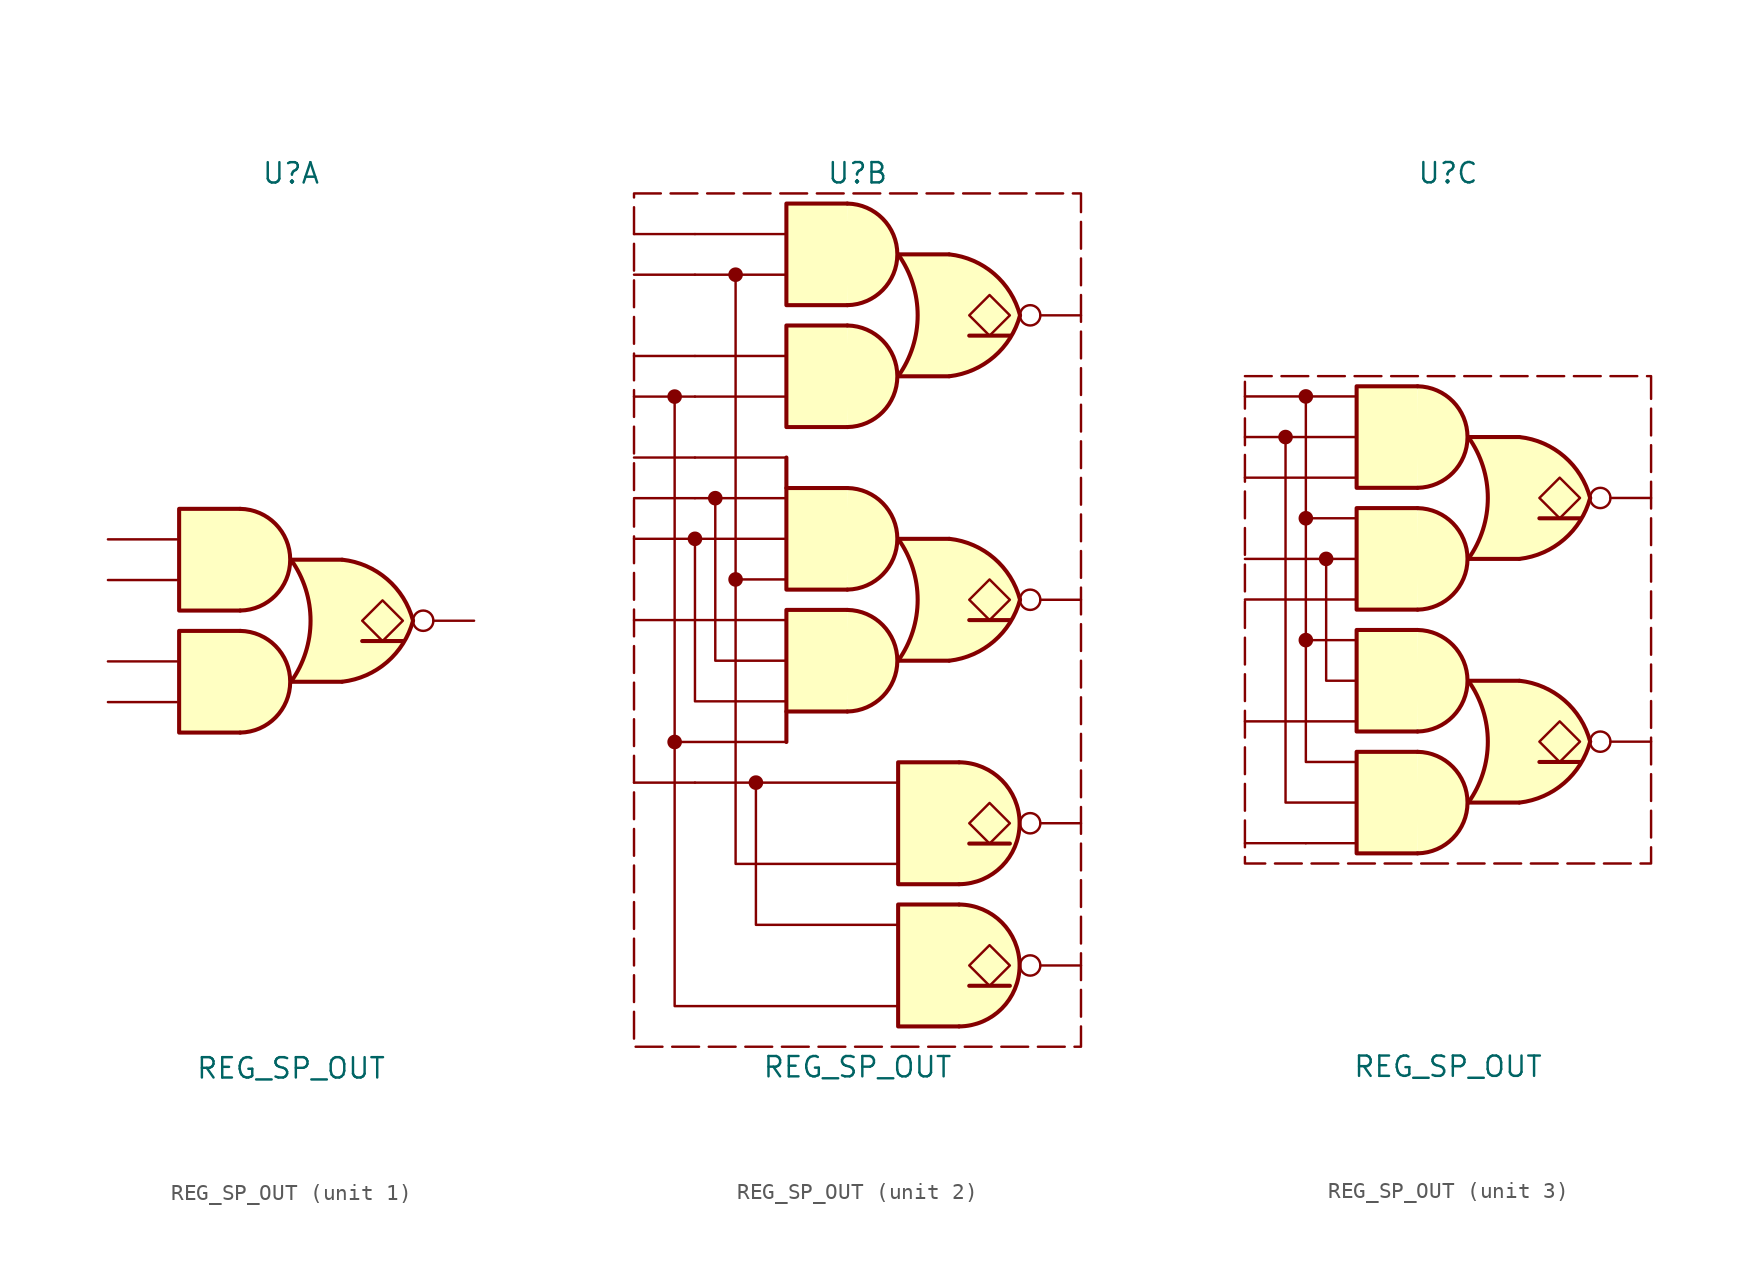
<source format=kicad_sym>
(kicad_symbol_lib
  (version 20231120)
  (generator "kicad_symbol_editor")
  (generator_version "8.0")
  (symbol "REG_SP_OUT"
    (pin_numbers hide)
    (pin_names hide)
    (property "Reference" "U"
      (at 0 27.94 0)
      (effects (font (size 1.27 1.27))))
    (property "Value" "REG_SP_OUT"
      (at 0 -27.94 0)
      (effects (font (size 1.27 1.27))))
    (property "ki_locked" ""
      (at 0 0 0)
      (effects (font (size 1.27 1.27))))
    (symbol "REG_SP_OUT_1_1"
      (arc (start -3.175 -6.985) (mid -0.05 -3.81) (end -3.175 -0.635) (stroke (width 0.254) (type default)) (fill (type background)))
      (arc (start -3.175 0.635) (mid -0.05 3.81) (end -3.175 6.985) (stroke (width 0.254) (type default)) (fill (type background)))
      (arc (start -0.0002 -3.81) (mid 1.2208 0) (end -0.0002 3.81) (stroke (width 0.254) (type default)) (fill (type none)))
      (polyline (pts (xy -0.0002 -3.81) (xy 3.175 -3.81)) (stroke (width 0.254) (type default)) (fill (type background)))
      (polyline (pts (xy -0.0002 3.81) (xy 3.175 3.81)) (stroke (width 0.254) (type default)) (fill (type background)))
      (polyline (pts (xy 4.445 -1.27) (xy 6.985 -1.27)) (stroke (width 0.254) (type default)) (fill (type none)))
      (polyline (pts (xy -3.175 -0.635) (xy -6.985 -0.635) (xy -6.985 -6.985) (xy -3.175 -6.985)) (stroke (width 0.254) (type default)) (fill (type background)))
      (polyline (pts (xy -3.175 6.985) (xy -6.985 6.985) (xy -6.985 0.635) (xy -3.175 0.635)) (stroke (width 0.254) (type default)) (fill (type background)))
      (polyline (pts (xy 6.985 0) (xy 5.715 1.27) (xy 4.445 0) (xy 5.715 -1.27) (xy 6.985 0)) (stroke (width 0) (type default)) (fill (type none)))
      (polyline (pts (xy 3.175 3.81) (xy 0 3.81) (xy 0 3.81) (xy 0.254 3.404) (xy 0.787 2.261) (xy 1.118 1.041) (xy 1.194 -0.254) (xy 1.041 -1.499) (xy 0.635 -2.718) (xy 0 -3.81) (xy 0 -3.81) (xy 3.175 -3.81)) (stroke (width -25.4) (type default)) (fill (type background)))
      (arc (start 3.2002 -3.81) (mid 5.9953 -2.584) (end 7.6198 0) (stroke (width 0.254) (type default)) (fill (type background)))
      (arc (start 7.6198 0) (mid 6.0026 2.5925) (end 3.2002 3.81) (stroke (width 0.254) (type default)) (fill (type background)))
      (pin input line (at -11.43 5.08 0) (length 4.3) (name "IN1" (effects (font (size 1.27 1.27)))) (number "" (effects (font (size 1.27 1.27)))))
      (pin input line (at -11.43 2.54 0) (length 4.3) (name "IN2" (effects (font (size 1.27 1.27)))) (number "" (effects (font (size 1.27 1.27)))))
      (pin input line (at -11.43 -2.54 0) (length 4.3) (name "IN3" (effects (font (size 1.27 1.27)))) (number "" (effects (font (size 1.27 1.27)))))
      (pin input line (at -11.43 -5.08 0) (length 4.3) (name "IN4" (effects (font (size 1.27 1.27)))) (number "" (effects (font (size 1.27 1.27)))))
      (pin tri_state inverted (at 11.43 0 180) (length 3.81) (name "Y1" (effects (font (size 1.27 1.27)))) (number "" (effects (font (size 0 0))))))
    (symbol "REG_SP_OUT_2_1"
      (rectangle (start -13.97 26.67) (end 13.97 -26.67) (stroke (width 0) (type dash)) (fill (type none)))
      (circle (center -11.43 -7.62) (radius 0.381) (stroke (width 0) (type default)) (fill (type outline)))
      (circle (center -11.43 13.97) (radius 0.381) (stroke (width 0) (type default)) (fill (type outline)))
      (circle (center -10.16 5.08) (radius 0.381) (stroke (width 0) (type default)) (fill (type outline)))
      (circle (center -8.89 7.62) (radius 0.381) (stroke (width 0) (type default)) (fill (type outline)))
      (circle (center -7.62 2.54) (radius 0.381) (stroke (width 0) (type default)) (fill (type outline)))
      (circle (center -7.62 21.59) (radius 0.381) (stroke (width 0) (type default)) (fill (type outline)))
      (circle (center -6.35 -10.16) (radius 0.381) (stroke (width 0) (type default)) (fill (type outline)))
      (arc (start -0.635 -5.715) (mid 2.49 -2.54) (end -0.635 0.635) (stroke (width 0.254) (type default)) (fill (type background)))
      (arc (start -0.635 1.905) (mid 2.49 5.08) (end -0.635 8.255) (stroke (width 0.254) (type default)) (fill (type background)))
      (arc (start -0.635 12.065) (mid 2.49 15.24) (end -0.635 18.415) (stroke (width 0.254) (type default)) (fill (type background)))
      (arc (start -0.635 19.685) (mid 2.49 22.86) (end -0.635 26.035) (stroke (width 0.254) (type default)) (fill (type background)))
      (polyline (pts (xy -10.16 -10.16) (xy 2.54 -10.16)) (stroke (width 0) (type default)) (fill (type none)))
      (polyline (pts (xy -10.16 0) (xy -4.445 0)) (stroke (width 0) (type default)) (fill (type none)))
      (polyline (pts (xy -10.16 5.08) (xy -4.445 5.08)) (stroke (width 0) (type default)) (fill (type none)))
      (polyline (pts (xy -10.16 7.62) (xy -4.445 7.62)) (stroke (width 0) (type default)) (fill (type none)))
      (polyline (pts (xy -10.16 10.16) (xy -4.445 10.16)) (stroke (width 0) (type default)) (fill (type none)))
      (polyline (pts (xy -10.16 13.97) (xy -4.445 13.97)) (stroke (width 0) (type default)) (fill (type none)))
      (polyline (pts (xy -10.16 16.51) (xy -4.445 16.51)) (stroke (width 0) (type default)) (fill (type none)))
      (polyline (pts (xy -10.16 21.59) (xy -4.445 21.59)) (stroke (width 0) (type default)) (fill (type none)))
      (polyline (pts (xy -10.16 24.13) (xy -4.445 24.13)) (stroke (width 0) (type default)) (fill (type none)))
      (polyline (pts (xy -4.445 -7.62) (xy -11.43 -7.62)) (stroke (width 0) (type default)) (fill (type none)))
      (polyline (pts (xy -4.445 -7.62) (xy -4.445 -5.715)) (stroke (width 0.254) (type default)) (fill (type none)))
      (polyline (pts (xy -4.445 2.54) (xy -7.62 2.54)) (stroke (width 0) (type default)) (fill (type none)))
      (polyline (pts (xy -4.445 8.255) (xy -4.445 10.16)) (stroke (width 0.254) (type default)) (fill (type none)))
      (polyline (pts (xy 2.54 -2.54) (xy 5.715 -2.54)) (stroke (width 0.254) (type default)) (fill (type background)))
      (polyline (pts (xy 2.54 5.08) (xy 5.715 5.08)) (stroke (width 0.254) (type default)) (fill (type background)))
      (polyline (pts (xy 2.54 15.24) (xy 5.715 15.24)) (stroke (width 0.254) (type default)) (fill (type background)))
      (polyline (pts (xy 2.54 22.86) (xy 5.715 22.86)) (stroke (width 0.254) (type default)) (fill (type background)))
      (polyline (pts (xy 6.985 -22.86) (xy 9.525 -22.86)) (stroke (width 0.254) (type default)) (fill (type none)))
      (polyline (pts (xy 6.985 -13.97) (xy 9.525 -13.97)) (stroke (width 0.254) (type default)) (fill (type none)))
      (polyline (pts (xy 6.985 0) (xy 9.525 0)) (stroke (width 0.254) (type default)) (fill (type none)))
      (polyline (pts (xy 6.985 17.78) (xy 9.525 17.78)) (stroke (width 0.254) (type default)) (fill (type none)))
      (polyline (pts (xy -4.445 -5.08) (xy -10.16 -5.08) (xy -10.16 5.08)) (stroke (width 0) (type default)) (fill (type none)))
      (polyline (pts (xy -4.445 -2.54) (xy -8.89 -2.54) (xy -8.89 7.62)) (stroke (width 0) (type default)) (fill (type none)))
      (polyline (pts (xy 2.54 -24.13) (xy -11.43 -24.13) (xy -11.43 13.97)) (stroke (width 0) (type default)) (fill (type none)))
      (polyline (pts (xy 2.54 -19.05) (xy -6.35 -19.05) (xy -6.35 -10.16)) (stroke (width 0) (type default)) (fill (type none)))
      (polyline (pts (xy 2.54 -15.24) (xy -7.62 -15.24) (xy -7.62 21.59)) (stroke (width 0) (type default)) (fill (type none)))
      (polyline (pts (xy -0.635 0.635) (xy -4.445 0.635) (xy -4.445 -5.715) (xy -0.635 -5.715)) (stroke (width 0.254) (type default)) (fill (type background)))
      (polyline (pts (xy -0.635 8.255) (xy -4.445 8.255) (xy -4.445 1.905) (xy -0.635 1.905)) (stroke (width 0.254) (type default)) (fill (type background)))
      (polyline (pts (xy -0.635 18.415) (xy -4.445 18.415) (xy -4.445 12.065) (xy -0.635 12.065)) (stroke (width 0.254) (type default)) (fill (type background)))
      (polyline (pts (xy -0.635 26.035) (xy -4.445 26.035) (xy -4.445 19.685) (xy -0.635 19.685)) (stroke (width 0.254) (type default)) (fill (type background)))
      (polyline (pts (xy 6.35 -17.78) (xy 2.54 -17.78) (xy 2.54 -25.4) (xy 6.35 -25.4)) (stroke (width 0.254) (type default)) (fill (type background)))
      (polyline (pts (xy 6.35 -8.89) (xy 2.54 -8.89) (xy 2.54 -16.51) (xy 6.35 -16.51)) (stroke (width 0.254) (type default)) (fill (type background)))
      (polyline (pts (xy 9.525 -21.59) (xy 8.255 -20.32) (xy 6.985 -21.59) (xy 8.255 -22.86) (xy 9.525 -21.59)) (stroke (width 0) (type default)) (fill (type none)))
      (polyline (pts (xy 9.525 -12.7) (xy 8.255 -11.43) (xy 6.985 -12.7) (xy 8.255 -13.97) (xy 9.525 -12.7)) (stroke (width 0) (type default)) (fill (type none)))
      (polyline (pts (xy 9.525 1.27) (xy 8.255 2.54) (xy 6.985 1.27) (xy 8.255 0) (xy 9.525 1.27)) (stroke (width 0) (type default)) (fill (type none)))
      (polyline (pts (xy 9.525 19.05) (xy 8.255 20.32) (xy 6.985 19.05) (xy 8.255 17.78) (xy 9.525 19.05)) (stroke (width 0) (type default)) (fill (type none)))
      (polyline (pts (xy 5.715 5.08) (xy 2.54 5.08) (xy 2.54 5.08) (xy 2.794 4.674) (xy 3.327 3.531) (xy 3.658 2.311) (xy 3.734 1.016) (xy 3.581 -0.229) (xy 3.175 -1.448) (xy 2.54 -2.54) (xy 2.54 -2.54) (xy 5.715 -2.54)) (stroke (width -25.4) (type default)) (fill (type background)))
      (polyline (pts (xy 5.715 22.86) (xy 2.54 22.86) (xy 2.54 22.86) (xy 2.794 22.454) (xy 3.327 21.311) (xy 3.658 20.091) (xy 3.734 18.796) (xy 3.581 17.551) (xy 3.175 16.332) (xy 2.54 15.24) (xy 2.54 15.24) (xy 5.715 15.24)) (stroke (width -25.4) (type default)) (fill (type background)))
      (arc (start 2.5398 -2.54) (mid 3.7608 1.27) (end 2.5398 5.08) (stroke (width 0.254) (type default)) (fill (type none)))
      (arc (start 2.5398 15.24) (mid 3.7608 19.05) (end 2.5398 22.86) (stroke (width 0.254) (type default)) (fill (type none)))
      (arc (start 5.7402 -2.54) (mid 8.5356 -1.3141) (end 10.1598 1.27) (stroke (width 0.254) (type default)) (fill (type background)))
      (arc (start 5.7402 15.24) (mid 8.5356 16.4659) (end 10.1598 19.05) (stroke (width 0.254) (type default)) (fill (type background)))
      (arc (start 6.35 -25.4) (mid 10.1325 -21.59) (end 6.35 -17.78) (stroke (width 0.254) (type default)) (fill (type background)))
      (arc (start 6.35 -16.51) (mid 10.1325 -12.7) (end 6.35 -8.89) (stroke (width 0.254) (type default)) (fill (type background)))
      (arc (start 10.1598 1.27) (mid 8.5426 3.8623) (end 5.7402 5.08) (stroke (width 0.254) (type default)) (fill (type background)))
      (arc (start 10.1598 19.05) (mid 8.5426 21.6423) (end 5.7402 22.86) (stroke (width 0.254) (type default)) (fill (type background)))
      (pin input line (at -13.97 7.62 0) (length 3.81) (name "IN10" (effects (font (size 1.27 1.27)))) (number "" (effects (font (size 0 0)))))
      (pin input line (at -13.97 5.08 0) (length 3.81) (name "IN11" (effects (font (size 1.27 1.27)))) (number "" (effects (font (size 0 0)))))
      (pin input line (at -13.97 0 0) (length 3.81) (name "IN12" (effects (font (size 1.27 1.27)))) (number "" (effects (font (size 0 0)))))
      (pin input line (at -13.97 -10.16 0) (length 3.81) (name "IN13" (effects (font (size 1.27 1.27)))) (number "" (effects (font (size 0 0)))))
      (pin input line (at -13.97 24.13 0) (length 3.81) (name "IN5" (effects (font (size 1.27 1.27)))) (number "" (effects (font (size 0 0)))))
      (pin input line (at -13.97 21.59 0) (length 3.81) (name "IN6" (effects (font (size 1.27 1.27)))) (number "" (effects (font (size 0 0)))))
      (pin input line (at -13.97 16.51 0) (length 3.81) (name "IN7" (effects (font (size 1.27 1.27)))) (number "" (effects (font (size 0 0)))))
      (pin input line (at -13.97 13.97 0) (length 3.81) (name "IN8" (effects (font (size 1.27 1.27)))) (number "" (effects (font (size 0 0)))))
      (pin input line (at -13.97 10.16 0) (length 3.81) (name "IN9" (effects (font (size 1.27 1.27)))) (number "" (effects (font (size 0 0)))))
      (pin tri_state inverted (at 13.97 19.05 180) (length 3.81) (name "Y2" (effects (font (size 1.27 1.27)))) (number "" (effects (font (size 0 0)))))
      (pin tri_state inverted (at 13.97 1.27 180) (length 3.81) (name "Y3" (effects (font (size 1.27 1.27)))) (number "" (effects (font (size 0 0)))))
      (pin tri_state inverted (at 13.97 -12.7 180) (length 3.81) (name "Y4" (effects (font (size 1.27 1.27)))) (number "" (effects (font (size 0 0)))))
      (pin tri_state inverted (at 13.97 -21.59 180) (length 3.81) (name "Y5" (effects (font (size 1.27 1.27)))) (number "" (effects (font (size 0 0))))))
    (symbol "REG_SP_OUT_3_1"
      (rectangle (start -12.7 15.24) (end 12.7 -15.24) (stroke (width 0) (type dash)) (fill (type none)))
      (circle (center -10.16 11.43) (radius 0.381) (stroke (width 0) (type default)) (fill (type outline)))
      (circle (center -8.89 -1.27) (radius 0.381) (stroke (width 0) (type default)) (fill (type outline)))
      (circle (center -8.89 6.35) (radius 0.381) (stroke (width 0) (type default)) (fill (type outline)))
      (circle (center -8.89 13.97) (radius 0.381) (stroke (width 0) (type default)) (fill (type outline)))
      (circle (center -7.62 3.81) (radius 0.381) (stroke (width 0) (type default)) (fill (type outline)))
      (arc (start -1.905 -14.605) (mid 1.22 -11.43) (end -1.905 -8.255) (stroke (width 0.254) (type default)) (fill (type background)))
      (arc (start -1.905 -6.985) (mid 1.22 -3.81) (end -1.905 -0.635) (stroke (width 0.254) (type default)) (fill (type background)))
      (arc (start -1.905 0.635) (mid 1.22 3.81) (end -1.905 6.985) (stroke (width 0.254) (type default)) (fill (type background)))
      (arc (start -1.905 8.255) (mid 1.22 11.43) (end -1.905 14.605) (stroke (width 0.254) (type default)) (fill (type background)))
      (polyline (pts (xy -8.89 -13.97) (xy -5.715 -13.97)) (stroke (width 0) (type default)) (fill (type none)))
      (polyline (pts (xy -8.89 -6.35) (xy -5.715 -6.35)) (stroke (width 0) (type default)) (fill (type none)))
      (polyline (pts (xy -8.89 -1.27) (xy -5.715 -1.27)) (stroke (width 0) (type default)) (fill (type none)))
      (polyline (pts (xy -8.89 1.27) (xy -5.715 1.27)) (stroke (width 0) (type default)) (fill (type none)))
      (polyline (pts (xy -8.89 3.81) (xy -5.715 3.81)) (stroke (width 0) (type default)) (fill (type none)))
      (polyline (pts (xy -8.89 6.35) (xy -5.715 6.35)) (stroke (width 0) (type default)) (fill (type none)))
      (polyline (pts (xy -8.89 8.89) (xy -5.715 8.89)) (stroke (width 0) (type default)) (fill (type none)))
      (polyline (pts (xy -8.89 11.43) (xy -5.715 11.43)) (stroke (width 0) (type default)) (fill (type none)))
      (polyline (pts (xy -8.89 13.97) (xy -5.715 13.97)) (stroke (width 0) (type default)) (fill (type none)))
      (polyline (pts (xy 1.27 -11.43) (xy 4.445 -11.43)) (stroke (width 0.254) (type default)) (fill (type background)))
      (polyline (pts (xy 1.27 -3.81) (xy 4.445 -3.81)) (stroke (width 0.254) (type default)) (fill (type background)))
      (polyline (pts (xy 1.27 3.81) (xy 4.445 3.81)) (stroke (width 0.254) (type default)) (fill (type background)))
      (polyline (pts (xy 1.27 11.43) (xy 4.445 11.43)) (stroke (width 0.254) (type default)) (fill (type background)))
      (polyline (pts (xy 5.715 -8.89) (xy 8.255 -8.89)) (stroke (width 0.254) (type default)) (fill (type none)))
      (polyline (pts (xy 5.715 6.35) (xy 8.255 6.35)) (stroke (width 0.254) (type default)) (fill (type none)))
      (polyline (pts (xy -5.715 -11.43) (xy -10.16 -11.43) (xy -10.16 11.43)) (stroke (width 0) (type default)) (fill (type none)))
      (polyline (pts (xy -5.715 -8.89) (xy -8.89 -8.89) (xy -8.89 13.97)) (stroke (width 0) (type default)) (fill (type none)))
      (polyline (pts (xy -5.715 -3.81) (xy -7.62 -3.81) (xy -7.62 3.81)) (stroke (width 0) (type default)) (fill (type none)))
      (polyline (pts (xy -1.905 -8.255) (xy -5.715 -8.255) (xy -5.715 -14.605) (xy -1.905 -14.605)) (stroke (width 0.254) (type default)) (fill (type background)))
      (polyline (pts (xy -1.905 -0.635) (xy -5.715 -0.635) (xy -5.715 -6.985) (xy -1.905 -6.985)) (stroke (width 0.254) (type default)) (fill (type background)))
      (polyline (pts (xy -1.905 6.985) (xy -5.715 6.985) (xy -5.715 0.635) (xy -1.905 0.635)) (stroke (width 0.254) (type default)) (fill (type background)))
      (polyline (pts (xy -1.905 14.605) (xy -5.715 14.605) (xy -5.715 8.255) (xy -1.905 8.255)) (stroke (width 0.254) (type default)) (fill (type background)))
      (polyline (pts (xy 8.255 -7.62) (xy 6.985 -6.35) (xy 5.715 -7.62) (xy 6.985 -8.89) (xy 8.255 -7.62)) (stroke (width 0) (type default)) (fill (type none)))
      (polyline (pts (xy 8.255 7.62) (xy 6.985 8.89) (xy 5.715 7.62) (xy 6.985 6.35) (xy 8.255 7.62)) (stroke (width 0) (type default)) (fill (type none)))
      (polyline (pts (xy 4.445 -3.81) (xy 1.27 -3.81) (xy 1.27 -3.81) (xy 1.524 -4.216) (xy 2.057 -5.359) (xy 2.388 -6.579) (xy 2.464 -7.874) (xy 2.311 -9.119) (xy 1.905 -10.338) (xy 1.27 -11.43) (xy 1.27 -11.43) (xy 4.445 -11.43)) (stroke (width -25.4) (type default)) (fill (type background)))
      (polyline (pts (xy 4.445 11.43) (xy 1.27 11.43) (xy 1.27 11.43) (xy 1.524 11.024) (xy 2.057 9.881) (xy 2.388 8.661) (xy 2.464 7.366) (xy 2.311 6.121) (xy 1.905 4.902) (xy 1.27 3.81) (xy 1.27 3.81) (xy 4.445 3.81)) (stroke (width -25.4) (type default)) (fill (type background)))
      (arc (start 1.2698 -11.43) (mid 2.4908 -7.62) (end 1.2698 -3.81) (stroke (width 0.254) (type default)) (fill (type none)))
      (arc (start 1.2698 3.81) (mid 2.4908 7.62) (end 1.2698 11.43) (stroke (width 0.254) (type default)) (fill (type none)))
      (arc (start 4.4702 -11.43) (mid 7.2656 -10.2043) (end 8.8898 -7.62) (stroke (width 0.254) (type default)) (fill (type background)))
      (arc (start 4.4702 3.81) (mid 7.2656 5.0357) (end 8.8898 7.62) (stroke (width 0.254) (type default)) (fill (type background)))
      (arc (start 8.8898 -7.62) (mid 7.2726 -5.0276) (end 4.4702 -3.81) (stroke (width 0.254) (type default)) (fill (type background)))
      (arc (start 8.8898 7.62) (mid 7.2726 10.2124) (end 4.4702 11.43) (stroke (width 0.254) (type default)) (fill (type background)))
      (pin input line (at -12.7 13.97 0) (length 3.81) (name "IN14" (effects (font (size 1.27 1.27)))) (number "" (effects (font (size 0 0)))))
      (pin input line (at -12.7 11.43 0) (length 3.81) (name "IN15" (effects (font (size 1.27 1.27)))) (number "" (effects (font (size 0 0)))))
      (pin input line (at -12.7 8.89 0) (length 3.81) (name "IN16" (effects (font (size 1.27 1.27)))) (number "" (effects (font (size 0 0)))))
      (pin input line (at -12.7 3.81 0) (length 3.81) (name "IN17" (effects (font (size 1.27 1.27)))) (number "" (effects (font (size 0 0)))))
      (pin input line (at -12.7 1.27 0) (length 3.81) (name "IN18" (effects (font (size 1.27 1.27)))) (number "" (effects (font (size 0 0)))))
      (pin input line (at -12.7 -6.35 0) (length 3.81) (name "IN19" (effects (font (size 1.27 1.27)))) (number "" (effects (font (size 0 0)))))
      (pin input line (at -12.7 -13.97 0) (length 3.81) (name "IN20" (effects (font (size 1.27 1.27)))) (number "" (effects (font (size 0 0)))))
      (pin tri_state inverted (at 12.7 7.62 180) (length 3.81) (name "Y6" (effects (font (size 1.27 1.27)))) (number "" (effects (font (size 0 0)))))
      (pin tri_state inverted (at 12.7 -7.62 180) (length 3.81) (name "Y7" (effects (font (size 1.27 1.27)))) (number "" (effects (font (size 0 0))))))))
</source>
